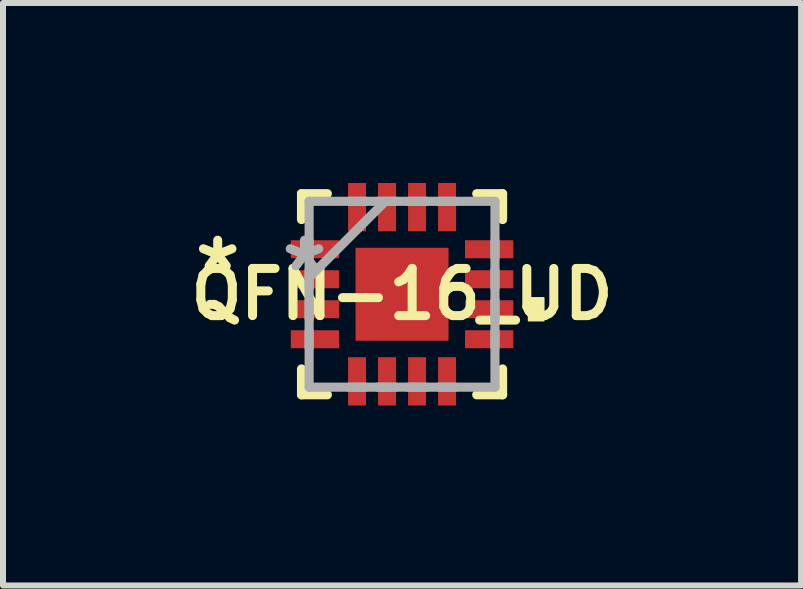
<source format=kicad_pcb>
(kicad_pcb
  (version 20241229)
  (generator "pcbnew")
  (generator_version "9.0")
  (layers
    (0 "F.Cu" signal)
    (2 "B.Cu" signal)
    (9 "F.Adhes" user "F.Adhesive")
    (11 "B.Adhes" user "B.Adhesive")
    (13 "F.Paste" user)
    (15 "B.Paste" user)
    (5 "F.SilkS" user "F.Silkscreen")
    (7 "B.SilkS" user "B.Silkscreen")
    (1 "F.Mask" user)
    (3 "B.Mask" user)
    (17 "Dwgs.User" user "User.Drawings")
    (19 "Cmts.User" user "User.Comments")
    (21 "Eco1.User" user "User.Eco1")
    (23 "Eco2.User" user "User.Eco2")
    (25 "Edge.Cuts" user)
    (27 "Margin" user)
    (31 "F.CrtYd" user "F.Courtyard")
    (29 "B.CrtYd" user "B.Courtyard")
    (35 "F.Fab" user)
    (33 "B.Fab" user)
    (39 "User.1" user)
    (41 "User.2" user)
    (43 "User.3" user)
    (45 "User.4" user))
  (footprint "QFN-16_UD"
    (layer "F.Cu")
    (at 3.652 1.855)
    (property "Reference" "QFN-16_UD" (at 0 0 0) (layer "F.SilkS") (effects (font (size 0.787 0.787) (thickness 0.15))))
    (attr through_hole)
    (fp_line (start -1.676 -1.676) (end -1.676 -1.245) (stroke (width 0.152) (type solid)) (layer "F.SilkS"))
    (fp_line (start -1.676 1.245) (end -1.676 1.676) (stroke (width 0.152) (type solid)) (layer "F.SilkS"))
    (fp_line (start -1.676 1.676) (end -1.245 1.676) (stroke (width 0.152) (type solid)) (layer "F.SilkS"))
    (fp_line (start -1.245 -1.676) (end -1.676 -1.676) (stroke (width 0.152) (type solid)) (layer "F.SilkS"))
    (fp_line (start 1.245 1.676) (end 1.676 1.676) (stroke (width 0.152) (type solid)) (layer "F.SilkS"))
    (fp_line (start 1.676 -1.676) (end 1.245 -1.676) (stroke (width 0.152) (type solid)) (layer "F.SilkS"))
    (fp_line (start 1.676 -1.245) (end 1.676 -1.676) (stroke (width 0.152) (type solid)) (layer "F.SilkS"))
    (fp_line (start 1.676 1.676) (end 1.676 1.245) (stroke (width 0.152) (type solid)) (layer "F.SilkS"))
    (fp_poly (pts (xy 2.363 0.059) (xy 2.363 0.441) (xy 2.109 0.441) (xy 2.109 0.059)) (stroke (width 0.025) (type solid)) (fill yes) (layer "F.SilkS"))
    (fp_poly (pts (xy -0.775 -0.775) (xy -0.775 0.775) (xy 0.775 0.775) (xy 0.775 -0.775)) (stroke (width 0.025) (type solid)) (fill yes) (layer "F.Paste"))
    (fp_line (start -1.549 -1.549) (end -1.549 1.549) (stroke (width 0.152) (type solid)) (layer "F.Fab"))
    (fp_line (start -1.549 -0.889) (end -1.549 -0.61) (stroke (width 0.152) (type solid)) (layer "F.Fab"))
    (fp_line (start -1.549 -0.406) (end -1.549 -0.102) (stroke (width 0.152) (type solid)) (layer "F.Fab"))
    (fp_line (start -1.549 -0.279) (end -0.279 -1.549) (stroke (width 0.152) (type solid)) (layer "F.Fab"))
    (fp_line (start -1.549 0.102) (end -1.549 0.406) (stroke (width 0.152) (type solid)) (layer "F.Fab"))
    (fp_line (start -1.549 0.61) (end -1.549 0.889) (stroke (width 0.152) (type solid)) (layer "F.Fab"))
    (fp_line (start -1.549 1.549) (end 1.549 1.549) (stroke (width 0.152) (type solid)) (layer "F.Fab"))
    (fp_line (start -0.889 1.549) (end -0.61 1.549) (stroke (width 0.152) (type solid)) (layer "F.Fab"))
    (fp_line (start -0.61 -1.549) (end -0.889 -1.549) (stroke (width 0.152) (type solid)) (layer "F.Fab"))
    (fp_line (start -0.406 1.549) (end -0.102 1.549) (stroke (width 0.152) (type solid)) (layer "F.Fab"))
    (fp_line (start -0.102 -1.549) (end -0.406 -1.549) (stroke (width 0.152) (type solid)) (layer "F.Fab"))
    (fp_line (start 0.102 1.549) (end 0.406 1.549) (stroke (width 0.152) (type solid)) (layer "F.Fab"))
    (fp_line (start 0.406 -1.549) (end 0.102 -1.549) (stroke (width 0.152) (type solid)) (layer "F.Fab"))
    (fp_line (start 0.61 1.549) (end 0.889 1.549) (stroke (width 0.152) (type solid)) (layer "F.Fab"))
    (fp_line (start 0.889 -1.549) (end 0.61 -1.549) (stroke (width 0.152) (type solid)) (layer "F.Fab"))
    (fp_line (start 1.549 -1.549) (end -1.549 -1.549) (stroke (width 0.152) (type solid)) (layer "F.Fab"))
    (fp_line (start 1.549 -0.61) (end 1.549 -0.889) (stroke (width 0.152) (type solid)) (layer "F.Fab"))
    (fp_line (start 1.549 -0.102) (end 1.549 -0.406) (stroke (width 0.152) (type solid)) (layer "F.Fab"))
    (fp_line (start 1.549 0.406) (end 1.549 0.102) (stroke (width 0.152) (type solid)) (layer "F.Fab"))
    (fp_line (start 1.549 0.889) (end 1.549 0.61) (stroke (width 0.152) (type solid)) (layer "F.Fab"))
    (fp_line (start 1.549 1.549) (end 1.549 -1.549) (stroke (width 0.152) (type solid)) (layer "F.Fab"))
    (fp_text user "*" (at -3.073 -0.356 0) (layer "F.SilkS") (effects (font (size 1 1) (thickness 0.15))))
    (fp_text user "*" (at -1.626 -0.356 0) (layer "F.Fab") (effects (font (size 1 1) (thickness 0.15))))
    (pad "1" smd rect (at -1.452 -0.75) (size 0.805 0.3) (layers "F.Cu" "F.Mask" "F.Paste"))
    (pad "2" smd rect (at -1.452 -0.25) (size 0.805 0.3) (layers "F.Cu" "F.Mask" "F.Paste"))
    (pad "3" smd rect (at -1.452 0.25) (size 0.805 0.3) (layers "F.Cu" "F.Mask" "F.Paste"))
    (pad "4" smd rect (at -1.452 0.75) (size 0.805 0.3) (layers "F.Cu" "F.Mask" "F.Paste"))
    (pad "5" smd rect (at -0.75 1.452) (size 0.3 0.805) (layers "F.Cu" "F.Mask" "F.Paste"))
    (pad "6" smd rect (at -0.25 1.452) (size 0.3 0.805) (layers "F.Cu" "F.Mask" "F.Paste"))
    (pad "7" smd rect (at 0.25 1.452) (size 0.3 0.805) (layers "F.Cu" "F.Mask" "F.Paste"))
    (pad "8" smd rect (at 0.75 1.452) (size 0.3 0.805) (layers "F.Cu" "F.Mask" "F.Paste"))
    (pad "9" smd rect (at 1.452 0.75) (size 0.805 0.3) (layers "F.Cu" "F.Mask" "F.Paste"))
    (pad "10" smd rect (at 1.452 0.25) (size 0.805 0.3) (layers "F.Cu" "F.Mask" "F.Paste"))
    (pad "11" smd rect (at 1.452 -0.25) (size 0.805 0.3) (layers "F.Cu" "F.Mask" "F.Paste"))
    (pad "12" smd rect (at 1.452 -0.75) (size 0.805 0.3) (layers "F.Cu" "F.Mask" "F.Paste"))
    (pad "13" smd rect (at 0.75 -1.452) (size 0.3 0.805) (layers "F.Cu" "F.Mask" "F.Paste"))
    (pad "14" smd rect (at 0.25 -1.452) (size 0.3 0.805) (layers "F.Cu" "F.Mask" "F.Paste"))
    (pad "15" smd rect (at -0.25 -1.452) (size 0.3 0.805) (layers "F.Cu" "F.Mask" "F.Paste"))
    (pad "16" smd rect (at -0.75 -1.452) (size 0.3 0.805) (layers "F.Cu" "F.Mask" "F.Paste"))
    (pad "17" smd rect (at 0 0) (size 1.55 1.55) (layers "F.Cu" "F.Mask")))
  (gr_rect
    (start -3 -3)
    (end 10.304 6.71)
    (stroke (width 0.1) (type default))
    (fill no)
    (layer "Edge.Cuts")))
</source>
